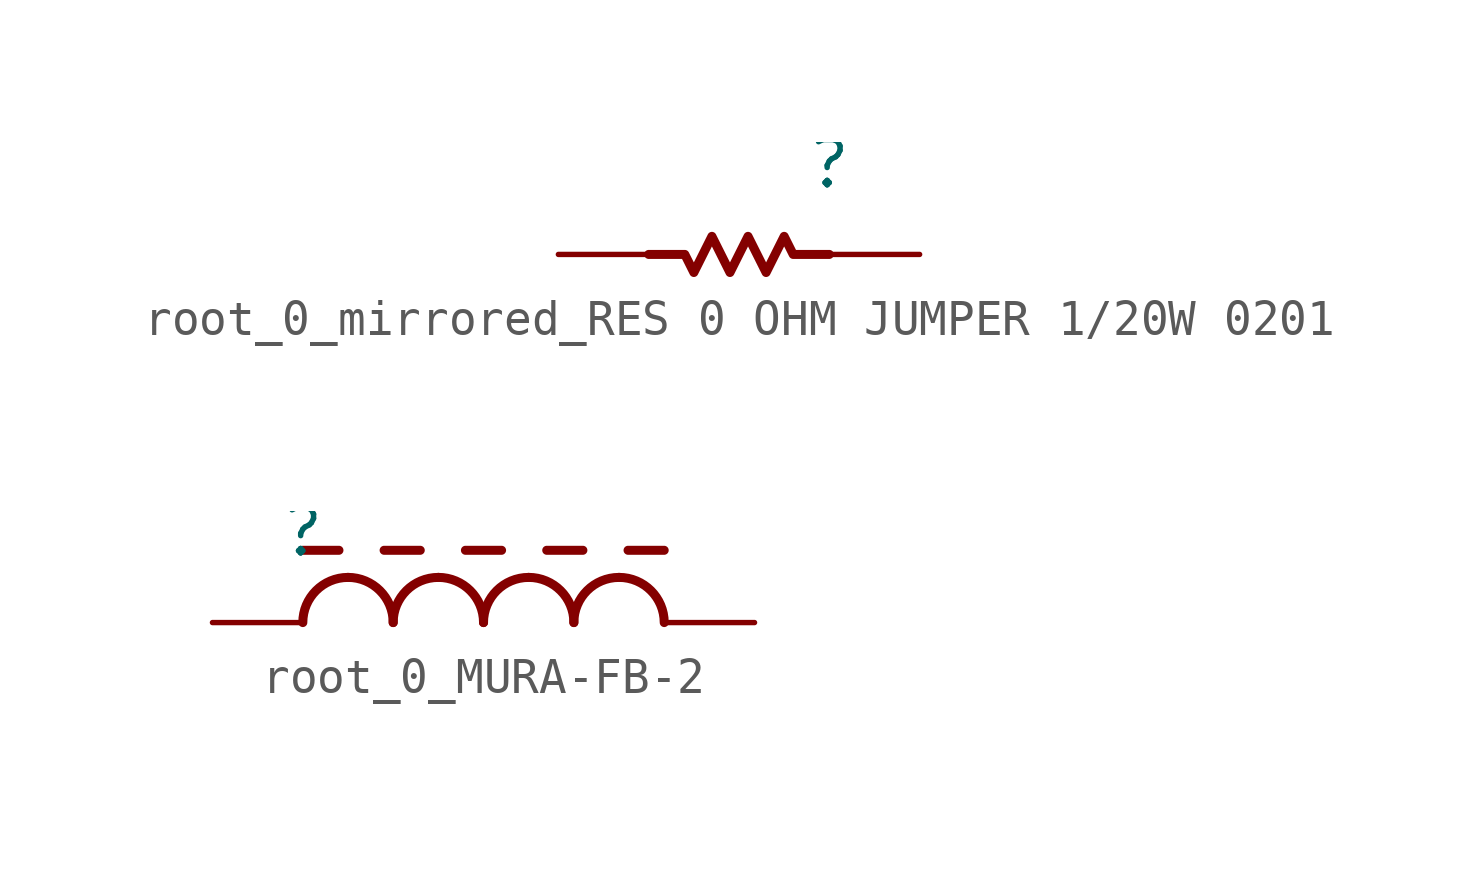
<source format=kicad_sym>
(kicad_symbol_lib
  (version 20231120)
  (generator "kicad_symbol_editor")
  (generator_version "8.0")
  (symbol "root_0_mirrored_RES 0 OHM JUMPER 1/20W 0201"
    (property "Reference" ""
      (at 0 0 0)
      (effects (font (size 1.27 1.27))))
    (property "Value" ""
      (at 0 0 0)
      (effects (font (size 1.27 1.27))))
    (symbol "root_0_mirrored_RES 0 OHM JUMPER 1/20W 0201_1_0"
      (polyline (pts (xy -5.08 -2.54) (xy -4.064 -2.54) (xy -3.81 -3.048) (xy -3.302 -2.032) (xy -2.794 -3.048) (xy -2.286 -2.032) (xy -1.778 -3.048) (xy -1.27 -2.032) (xy -1.016 -2.54) (xy 0 -2.54)) (stroke (width 0.254) (type solid)) (fill (type none)))
      (pin passive line (at 2.54 -2.54 180) (length 2.54) (name "1" (effects (font (size 0 0)))) (number "1" (effects (font (size 0 0)))))
      (pin passive line (at -7.62 -2.54 0) (length 2.54) (name "2" (effects (font (size 0 0)))) (number "2" (effects (font (size 0 0)))))))
  (symbol "root_0_MURA-FB-2"
    (property "Reference" ""
      (at 0 0 0)
      (effects (font (size 1.27 1.27))))
    (property "Value" ""
      (at 0 0 0)
      (effects (font (size 1.27 1.27))))
    (symbol "root_0_MURA-FB-2_1_0"
      (polyline (pts (xy 0 -0.508) (xy 1.016 -0.508)) (stroke (width 0.254) (type solid)) (fill (type none)))
      (polyline (pts (xy 2.286 -0.508) (xy 3.302 -0.508)) (stroke (width 0.254) (type solid)) (fill (type none)))
      (polyline (pts (xy 4.572 -0.508) (xy 5.588 -0.508)) (stroke (width 0.254) (type solid)) (fill (type none)))
      (polyline (pts (xy 6.858 -0.508) (xy 7.874 -0.508)) (stroke (width 0.254) (type solid)) (fill (type none)))
      (polyline (pts (xy 9.144 -0.508) (xy 10.16 -0.508)) (stroke (width 0.254) (type solid)) (fill (type none)))
      (arc (start 1.27 -1.27) (mid 0.372 -1.642) (end 0 -2.54) (stroke (width 0.254) (type solid)) (fill (type none)))
      (arc (start 2.54 -2.54) (mid 2.168 -1.642) (end 1.27 -1.27) (stroke (width 0.254) (type solid)) (fill (type none)))
      (arc (start 3.81 -1.27) (mid 2.912 -1.642) (end 2.54 -2.54) (stroke (width 0.254) (type solid)) (fill (type none)))
      (arc (start 5.08 -2.54) (mid 4.708 -1.642) (end 3.81 -1.27) (stroke (width 0.254) (type solid)) (fill (type none)))
      (arc (start 6.35 -1.27) (mid 5.452 -1.642) (end 5.08 -2.54) (stroke (width 0.254) (type solid)) (fill (type none)))
      (arc (start 7.62 -2.54) (mid 7.248 -1.642) (end 6.35 -1.27) (stroke (width 0.254) (type solid)) (fill (type none)))
      (arc (start 8.89 -1.27) (mid 7.992 -1.642) (end 7.62 -2.54) (stroke (width 0.254) (type solid)) (fill (type none)))
      (arc (start 10.16 -2.54) (mid 9.788 -1.642) (end 8.89 -1.27) (stroke (width 0.254) (type solid)) (fill (type none)))
      (pin passive line (at -2.54 -2.54 0) (length 2.54) (name "1" (effects (font (size 0 0)))) (number "1" (effects (font (size 0 0)))))
      (pin passive line (at 12.7 -2.54 180) (length 2.54) (name "2" (effects (font (size 0 0)))) (number "2" (effects (font (size 0 0))))))))
</source>
